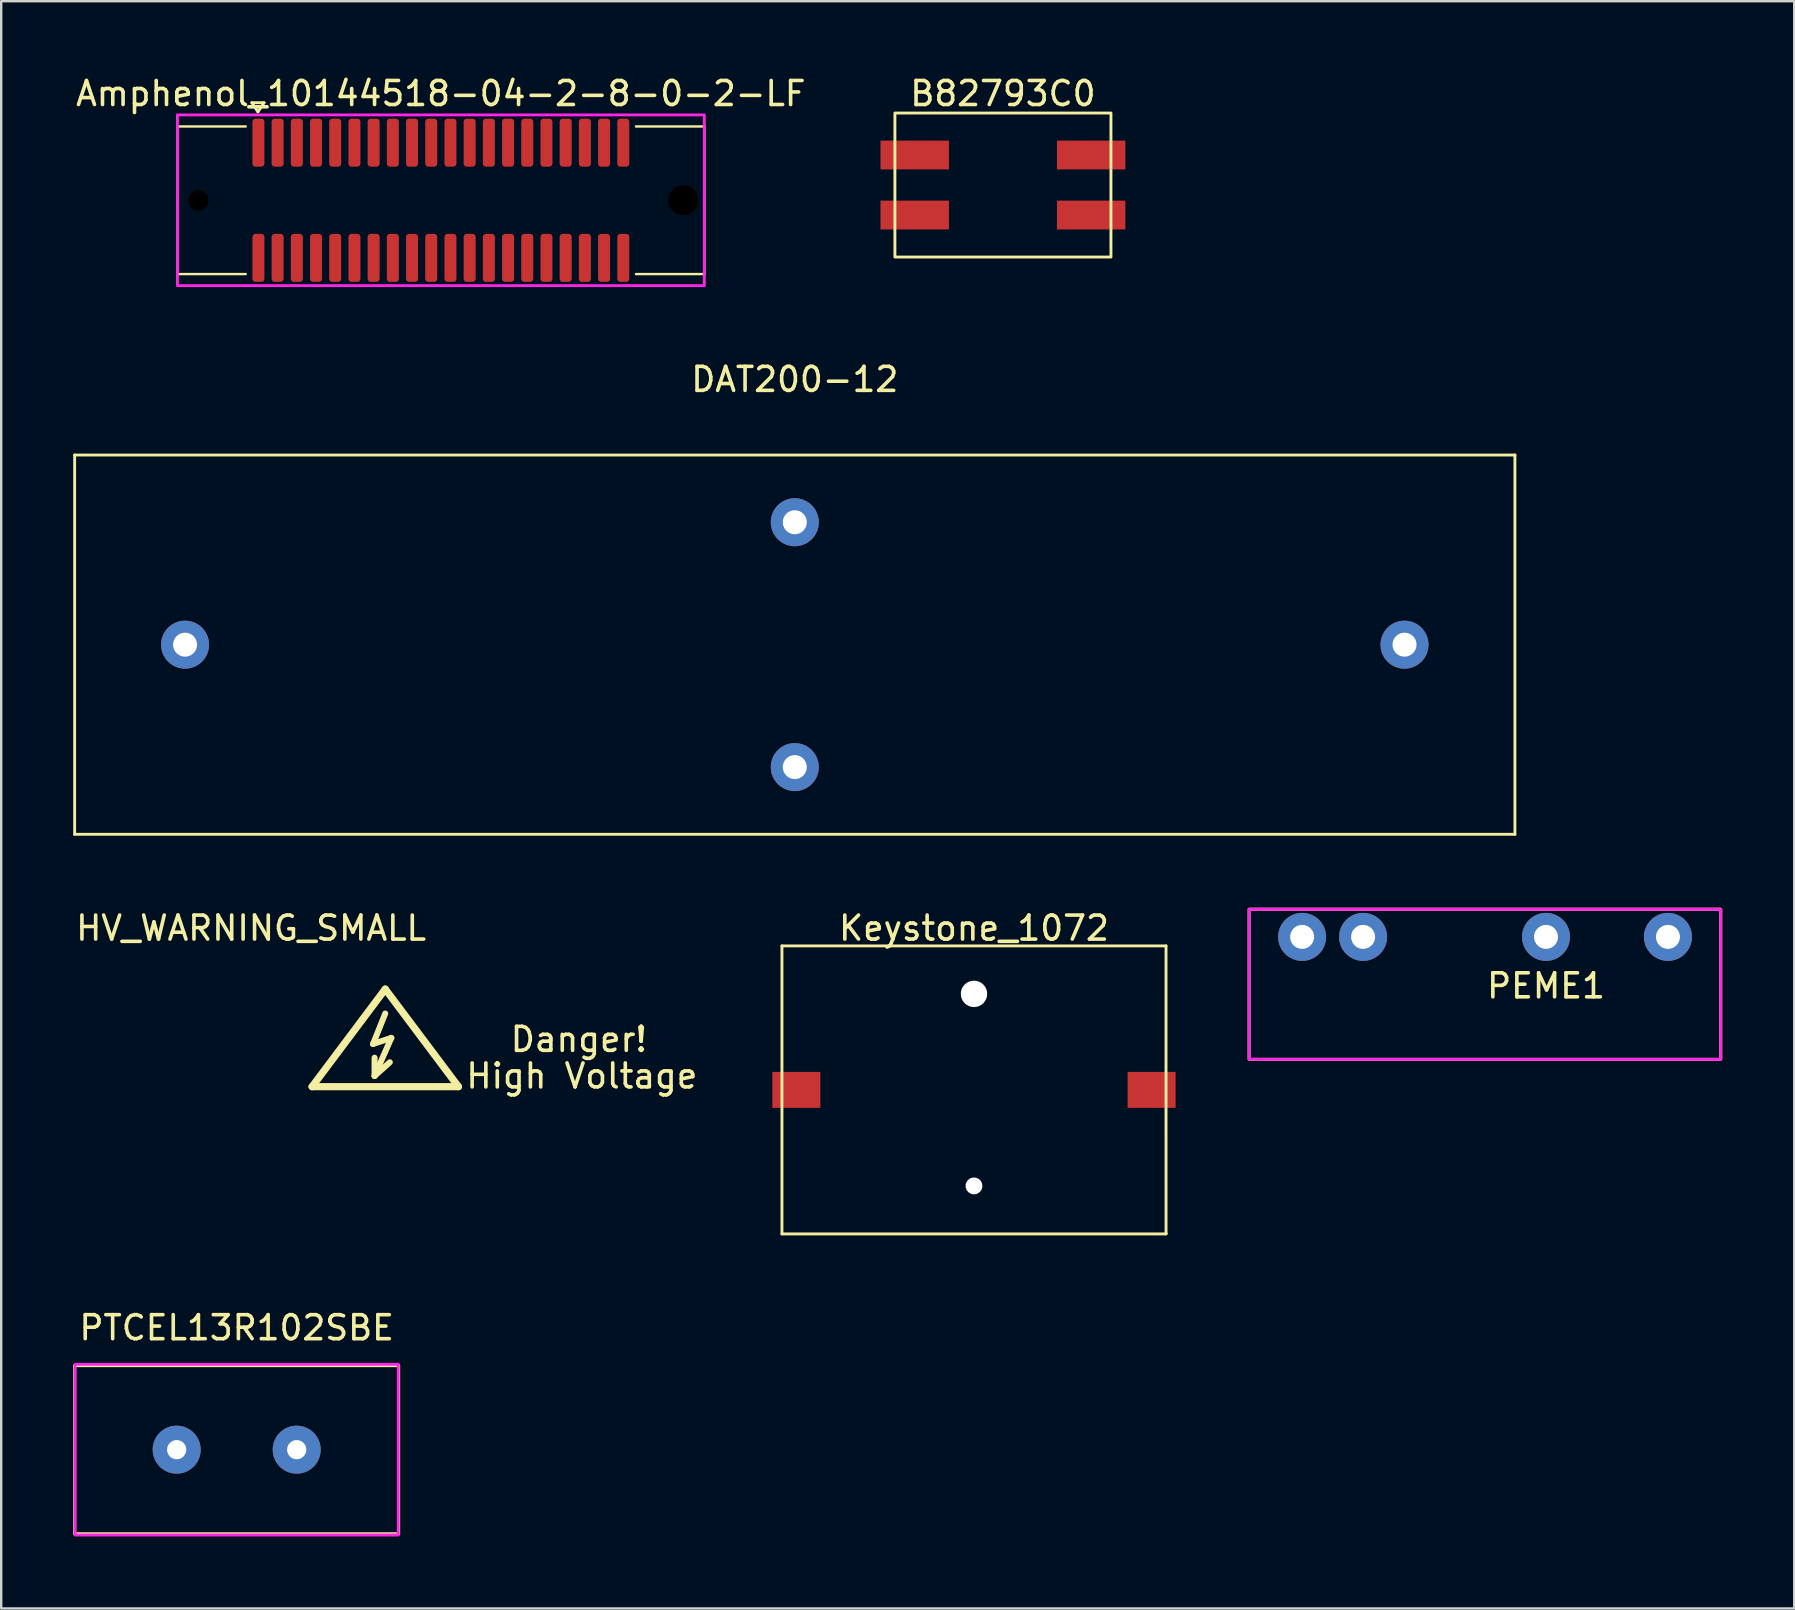
<source format=kicad_pcb>
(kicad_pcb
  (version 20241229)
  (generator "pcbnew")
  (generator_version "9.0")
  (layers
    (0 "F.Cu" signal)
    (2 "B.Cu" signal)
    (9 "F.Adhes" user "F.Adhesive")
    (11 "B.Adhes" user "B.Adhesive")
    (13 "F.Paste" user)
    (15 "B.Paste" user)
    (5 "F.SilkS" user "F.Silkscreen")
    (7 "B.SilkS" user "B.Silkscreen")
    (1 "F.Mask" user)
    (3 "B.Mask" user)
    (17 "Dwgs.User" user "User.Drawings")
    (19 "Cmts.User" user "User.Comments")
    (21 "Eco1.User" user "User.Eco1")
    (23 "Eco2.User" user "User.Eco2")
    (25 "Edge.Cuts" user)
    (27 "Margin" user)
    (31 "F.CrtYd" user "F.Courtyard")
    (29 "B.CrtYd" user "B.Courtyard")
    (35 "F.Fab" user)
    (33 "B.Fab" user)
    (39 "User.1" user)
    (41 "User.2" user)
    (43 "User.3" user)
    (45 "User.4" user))
  (footprint "Amphenol_10144518-04-2-8-0-2-LF"
    (layer "F.Cu")
    (at 15.315 5.293)
    (property "Reference" "Amphenol_10144518-04-2-8-0-2-LF" (at 0 -4.445 0) (unlocked yes) (layer "F.SilkS") (effects (font (size 1 1) (thickness 0.15))))
    (attr smd)
    (fp_line (start -10.975 -3.075) (end -8.128 -3.075) (stroke (width 0.1) (type solid)) (layer "F.SilkS"))
    (fp_line (start -10.975 3.075) (end -10.975 -3.075) (stroke (width 0.1) (type solid)) (layer "F.SilkS"))
    (fp_line (start -10.975 3.075) (end -8.128 3.075) (stroke (width 0.1) (type solid)) (layer "F.SilkS"))
    (fp_line (start -7.874 -4.064) (end -7.366 -4.064) (stroke (width 0.12) (type solid)) (layer "F.SilkS"))
    (fp_line (start -7.62 -3.683) (end -7.874 -4.064) (stroke (width 0.12) (type solid)) (layer "F.SilkS"))
    (fp_line (start -7.366 -4.064) (end -7.62 -3.683) (stroke (width 0.12) (type solid)) (layer "F.SilkS"))
    (fp_line (start 8.128 -3.075) (end 10.975 -3.075) (stroke (width 0.1) (type solid)) (layer "F.SilkS"))
    (fp_line (start 8.128 3.075) (end 10.975 3.075) (stroke (width 0.1) (type solid)) (layer "F.SilkS"))
    (fp_line (start 10.975 -3.075) (end 10.975 3.075) (stroke (width 0.1) (type solid)) (layer "F.SilkS"))
    (fp_rect (start -10.975 -3.556) (end 10.975 3.556) (stroke (width 0.12) (type solid)) (fill no) (layer "F.CrtYd"))
    (pad "" np_thru_hole circle (at -10.1 0 90) (size 0.85 0.85) (drill 0.85) (layers "*.Mask"))
    (pad "" np_thru_hole circle (at 10.1 0 90) (size 1.25 1.25) (drill 1.25) (layers "*.Mask"))
    (pad "1" smd roundrect (at -7.6 -2.4 90) (size 2 0.5) (layers "F.Cu" "F.Mask" "F.Paste") (roundrect_rratio 0.25))
    (pad "2" smd roundrect (at -7.6 2.4 90) (size 2 0.5) (layers "F.Cu" "F.Mask" "F.Paste") (roundrect_rratio 0.25))
    (pad "3" smd roundrect (at -6.8 -2.4 90) (size 2 0.5) (layers "F.Cu" "F.Mask" "F.Paste") (roundrect_rratio 0.25))
    (pad "4" smd roundrect (at -6.8 2.4 90) (size 2 0.5) (layers "F.Cu" "F.Mask" "F.Paste") (roundrect_rratio 0.25))
    (pad "5" smd roundrect (at -6 -2.4 90) (size 2 0.5) (layers "F.Cu" "F.Mask" "F.Paste") (roundrect_rratio 0.25))
    (pad "6" smd roundrect (at -6 2.4 90) (size 2 0.5) (layers "F.Cu" "F.Mask" "F.Paste") (roundrect_rratio 0.25))
    (pad "7" smd roundrect (at -5.2 -2.4 90) (size 2 0.5) (layers "F.Cu" "F.Mask" "F.Paste") (roundrect_rratio 0.25))
    (pad "8" smd roundrect (at -5.2 2.4 90) (size 2 0.5) (layers "F.Cu" "F.Mask" "F.Paste") (roundrect_rratio 0.25))
    (pad "9" smd roundrect (at -4.4 -2.4 90) (size 2 0.5) (layers "F.Cu" "F.Mask" "F.Paste") (roundrect_rratio 0.25))
    (pad "10" smd roundrect (at -4.4 2.4 90) (size 2 0.5) (layers "F.Cu" "F.Mask" "F.Paste") (roundrect_rratio 0.25))
    (pad "11" smd roundrect (at -3.6 -2.4 90) (size 2 0.5) (layers "F.Cu" "F.Mask" "F.Paste") (roundrect_rratio 0.25))
    (pad "12" smd roundrect (at -3.6 2.4 90) (size 2 0.5) (layers "F.Cu" "F.Mask" "F.Paste") (roundrect_rratio 0.25))
    (pad "13" smd roundrect (at -2.8 -2.4 90) (size 2 0.5) (layers "F.Cu" "F.Mask" "F.Paste") (roundrect_rratio 0.25))
    (pad "14" smd roundrect (at -2.8 2.4 90) (size 2 0.5) (layers "F.Cu" "F.Mask" "F.Paste") (roundrect_rratio 0.25))
    (pad "15" smd roundrect (at -2 -2.4 90) (size 2 0.5) (layers "F.Cu" "F.Mask" "F.Paste") (roundrect_rratio 0.25))
    (pad "16" smd roundrect (at -2 2.4 90) (size 2 0.5) (layers "F.Cu" "F.Mask" "F.Paste") (roundrect_rratio 0.25))
    (pad "17" smd roundrect (at -1.2 -2.4 90) (size 2 0.5) (layers "F.Cu" "F.Mask" "F.Paste") (roundrect_rratio 0.25))
    (pad "18" smd roundrect (at -1.2 2.4 90) (size 2 0.5) (layers "F.Cu" "F.Mask" "F.Paste") (roundrect_rratio 0.25))
    (pad "19" smd roundrect (at -0.4 -2.4 90) (size 2 0.5) (layers "F.Cu" "F.Mask" "F.Paste") (roundrect_rratio 0.25))
    (pad "20" smd roundrect (at -0.4 2.4 90) (size 2 0.5) (layers "F.Cu" "F.Mask" "F.Paste") (roundrect_rratio 0.25))
    (pad "21" smd roundrect (at 0.4 -2.4 90) (size 2 0.5) (layers "F.Cu" "F.Mask" "F.Paste") (roundrect_rratio 0.25))
    (pad "22" smd roundrect (at 0.4 2.4 90) (size 2 0.5) (layers "F.Cu" "F.Mask" "F.Paste") (roundrect_rratio 0.25))
    (pad "23" smd roundrect (at 1.2 -2.4 90) (size 2 0.5) (layers "F.Cu" "F.Mask" "F.Paste") (roundrect_rratio 0.25))
    (pad "24" smd roundrect (at 1.2 2.4 90) (size 2 0.5) (layers "F.Cu" "F.Mask" "F.Paste") (roundrect_rratio 0.25))
    (pad "25" smd roundrect (at 2 -2.4 90) (size 2 0.5) (layers "F.Cu" "F.Mask" "F.Paste") (roundrect_rratio 0.25))
    (pad "26" smd roundrect (at 2 2.4 90) (size 2 0.5) (layers "F.Cu" "F.Mask" "F.Paste") (roundrect_rratio 0.25))
    (pad "27" smd roundrect (at 2.8 -2.4 90) (size 2 0.5) (layers "F.Cu" "F.Mask" "F.Paste") (roundrect_rratio 0.25))
    (pad "28" smd roundrect (at 2.8 2.4 90) (size 2 0.5) (layers "F.Cu" "F.Mask" "F.Paste") (roundrect_rratio 0.25))
    (pad "29" smd roundrect (at 3.6 -2.4 90) (size 2 0.5) (layers "F.Cu" "F.Mask" "F.Paste") (roundrect_rratio 0.25))
    (pad "30" smd roundrect (at 3.6 2.4 90) (size 2 0.5) (layers "F.Cu" "F.Mask" "F.Paste") (roundrect_rratio 0.25))
    (pad "31" smd roundrect (at 4.4 -2.4 90) (size 2 0.5) (layers "F.Cu" "F.Mask" "F.Paste") (roundrect_rratio 0.25))
    (pad "32" smd roundrect (at 4.4 2.4 90) (size 2 0.5) (layers "F.Cu" "F.Mask" "F.Paste") (roundrect_rratio 0.25))
    (pad "33" smd roundrect (at 5.2 -2.4 90) (size 2 0.5) (layers "F.Cu" "F.Mask" "F.Paste") (roundrect_rratio 0.25))
    (pad "34" smd roundrect (at 5.2 2.4 90) (size 2 0.5) (layers "F.Cu" "F.Mask" "F.Paste") (roundrect_rratio 0.25))
    (pad "35" smd roundrect (at 6 -2.4 90) (size 2 0.5) (layers "F.Cu" "F.Mask" "F.Paste") (roundrect_rratio 0.25))
    (pad "36" smd roundrect (at 6 2.4 90) (size 2 0.5) (layers "F.Cu" "F.Mask" "F.Paste") (roundrect_rratio 0.25))
    (pad "37" smd roundrect (at 6.8 -2.4 90) (size 2 0.5) (layers "F.Cu" "F.Mask" "F.Paste") (roundrect_rratio 0.25))
    (pad "38" smd roundrect (at 6.8 2.4 90) (size 2 0.5) (layers "F.Cu" "F.Mask" "F.Paste") (roundrect_rratio 0.25))
    (pad "39" smd roundrect (at 7.6 -2.4 90) (size 2 0.5) (layers "F.Cu" "F.Mask" "F.Paste") (roundrect_rratio 0.25))
    (pad "40" smd roundrect (at 7.6 2.4 90) (size 2 0.5) (layers "F.Cu" "F.Mask" "F.Paste") (roundrect_rratio 0.25)))
  (footprint "PEME1"
    (layer "F.Cu")
    (at 61.355 38.52)
    (property "Reference" "PEME1" (at 0 -0.5 0) (unlocked yes) (layer "F.SilkS") (effects (font (size 1 1) (thickness 0.15))))
    (attr through_hole)
    (fp_rect (start -12.37 -3.694) (end 7.28 2.56) (stroke (width 0.12) (type solid)) (fill no) (layer "F.SilkS"))
    (fp_rect (start -12.37 -3.694) (end 7.28 2.56) (stroke (width 0.12) (type solid)) (fill no) (layer "F.CrtYd"))
    (pad "1" thru_hole circle (at -10.16 -2.54) (size 2 2) (drill 1) (layers "*.Cu" "*.Mask"))
    (pad "2" thru_hole circle (at -7.62 -2.54) (size 2 2) (drill 1) (layers "*.Cu" "*.Mask"))
    (pad "5" thru_hole circle (at 0 -2.54) (size 2 2) (drill 1) (layers "*.Cu" "*.Mask"))
    (pad "7" thru_hole circle (at 5.08 -2.54) (size 2 2) (drill 1) (layers "*.Cu" "*.Mask")))
  (footprint "Keystone_1072"
    (layer "F.Cu")
    (at 37.525 42.354)
    (property "Reference" "Keystone_1072" (at 0 -6.739 0) (layer "F.SilkS") (effects (font (size 1 1) (thickness 0.15))))
    (attr through_hole)
    (fp_line (start -8 -6) (end 8 -6) (stroke (width 0.12) (type solid)) (layer "F.SilkS"))
    (fp_line (start -8 6) (end -8 -6) (stroke (width 0.12) (type solid)) (layer "F.SilkS"))
    (fp_line (start -8 6) (end 8 6) (stroke (width 0.12) (type solid)) (layer "F.SilkS"))
    (fp_line (start 8 -6) (end 8.001 5.969) (stroke (width 0.12) (type solid)) (layer "F.SilkS"))
    (fp_line (start 8.001 5.969) (end 8 6) (stroke (width 0.12) (type solid)) (layer "F.SilkS"))
    (pad "" np_thru_hole circle (at 0 -4) (size 1.1 1.1) (drill 1.1) (layers "*.Cu" "*.Mask"))
    (pad "" np_thru_hole circle (at 0 4) (size 0.7 0.7) (drill 0.7) (layers "*.Cu" "*.Mask"))
    (pad "1" smd rect (at -7.4 0) (size 2 1.5) (layers "F.Cu" "F.Mask" "F.Paste"))
    (pad "2" smd rect (at 7.4 0) (size 2 1.5) (layers "F.Cu" "F.Mask" "F.Paste")))
  (footprint "B82793C0"
    (layer "F.Cu")
    (at 38.731 4.658)
    (property "Reference" "B82793C0" (at 0 -3.81 0) (unlocked yes) (layer "F.SilkS") (effects (font (size 1 1) (thickness 0.15))))
    (attr smd)
    (fp_rect (start -4.5 -3) (end 4.5 3) (stroke (width 0.12) (type solid)) (fill no) (layer "F.SilkS"))
    (pad "1" smd rect (at -3.675 -1.25) (size 2.85 1.2) (layers "F.Cu" "F.Mask" "F.Paste"))
    (pad "2" smd rect (at 3.675 -1.25) (size 2.85 1.2) (layers "F.Cu" "F.Mask" "F.Paste"))
    (pad "3" smd rect (at -3.675 1.25) (size 2.85 1.2) (layers "F.Cu" "F.Mask" "F.Paste"))
    (pad "4" smd rect (at 3.675 1.25) (size 2.85 1.2) (layers "F.Cu" "F.Mask" "F.Paste")))
  (footprint "HV_WARNING_SMALL"
    (layer "F.Cu")
    (at 12.999 40.695)
    (property "Reference" "HV_WARNING_SMALL" (at -5.588 -5.08 0) (layer "F.SilkS") (effects (font (size 1 1) (thickness 0.15))))
    (attr through_hole exclude_from_pos_files exclude_from_bom)
    (fp_line (start -3.048 1.524) (end 3.048 1.524) (stroke (width 0.3) (type solid)) (layer "F.SilkS"))
    (fp_line (start -0.508 -0.254) (end 0.254 -0.508) (stroke (width 0.25) (type solid)) (layer "F.SilkS"))
    (fp_line (start -0.445 0.318) (end -0.445 1.079) (stroke (width 0.25) (type solid)) (layer "F.SilkS"))
    (fp_line (start -0.445 1.079) (end 0.191 0.508) (stroke (width 0.25) (type solid)) (layer "F.SilkS"))
    (fp_line (start 0 -2.54) (end -3.048 1.524) (stroke (width 0.3) (type solid)) (layer "F.SilkS"))
    (fp_line (start 0 -1.524) (end -0.508 -0.254) (stroke (width 0.25) (type solid)) (layer "F.SilkS"))
    (fp_line (start 0.254 -0.508) (end -0.445 1.079) (stroke (width 0.25) (type solid)) (layer "F.SilkS"))
    (fp_line (start 3.048 1.524) (end 0 -2.54) (stroke (width 0.3) (type solid)) (layer "F.SilkS"))
    (fp_text user "Danger!" (at 8.065 -0.445 0) (layer "F.SilkS") (effects (font (size 1 1) (thickness 0.15))))
    (fp_text user "High Voltage" (at 8.191 1.079 0) (layer "F.SilkS") (effects (font (size 1 1) (thickness 0.15)))))
  (footprint "PTCEL13R102SBE"
    (layer "F.Cu")
    (at 6.81 57.342)
    (property "Reference" "PTCEL13R102SBE" (at 0 -5.08 0) (layer "F.SilkS") (effects (font (size 1 1) (thickness 0.15))))
    (attr through_hole)
    (fp_line (start -6.75 -3.5) (end -6.75 3.5) (stroke (width 0.12) (type solid)) (layer "F.SilkS"))
    (fp_line (start -6.75 -3.5) (end 6.75 -3.5) (stroke (width 0.12) (type solid)) (layer "F.SilkS"))
    (fp_line (start -6.75 3.5) (end 6.75 3.5) (stroke (width 0.12) (type solid)) (layer "F.SilkS"))
    (fp_line (start 6.75 -3.5) (end 6.75 3.5) (stroke (width 0.12) (type solid)) (layer "F.SilkS"))
    (fp_rect (start -6.731 -3.556) (end 6.731 3.556) (stroke (width 0.12) (type solid)) (fill no) (layer "F.CrtYd"))
    (pad "1" thru_hole circle (at -2.5 0) (size 2 2) (drill 0.8) (layers "*.Cu" "*.Mask"))
    (pad "2" thru_hole circle (at 2.5 0) (size 2 2) (drill 0.8) (layers "*.Cu" "*.Mask")))
  (footprint "DAT200-12"
    (layer "F.Cu")
    (at 30.06 23.806)
    (property "Reference" "DAT200-12" (at 0 -11.049 0) (layer "F.SilkS") (effects (font (size 1 1) (thickness 0.15))))
    (attr through_hole)
    (fp_line (start -30 -7.9) (end -30 7.9) (stroke (width 0.12) (type solid)) (layer "F.SilkS"))
    (fp_line (start -30 7.9) (end 30 7.9) (stroke (width 0.12) (type solid)) (layer "F.SilkS"))
    (fp_line (start 30 -7.9) (end -30 -7.9) (stroke (width 0.12) (type solid)) (layer "F.SilkS"))
    (fp_line (start 30 -7.9) (end 30 7.9) (stroke (width 0.12) (type solid)) (layer "F.SilkS"))
    (pad "1" thru_hole circle (at -25.4 0) (size 2 2) (drill 1) (layers "*.Cu" "*.Mask"))
    (pad "2" thru_hole circle (at 0 5.1) (size 2 2) (drill 1) (layers "*.Cu" "*.Mask"))
    (pad "3" thru_hole circle (at 0 -5.1) (size 2 2) (drill 1) (layers "*.Cu" "*.Mask"))
    (pad "4" thru_hole circle (at 25.4 0) (size 2 2) (drill 1) (layers "*.Cu" "*.Mask")))
  (gr_rect
    (start -3 -3)
    (end 71.695 63.958)
    (stroke (width 0.1) (type default))
    (fill no)
    (layer "Edge.Cuts")))
</source>
